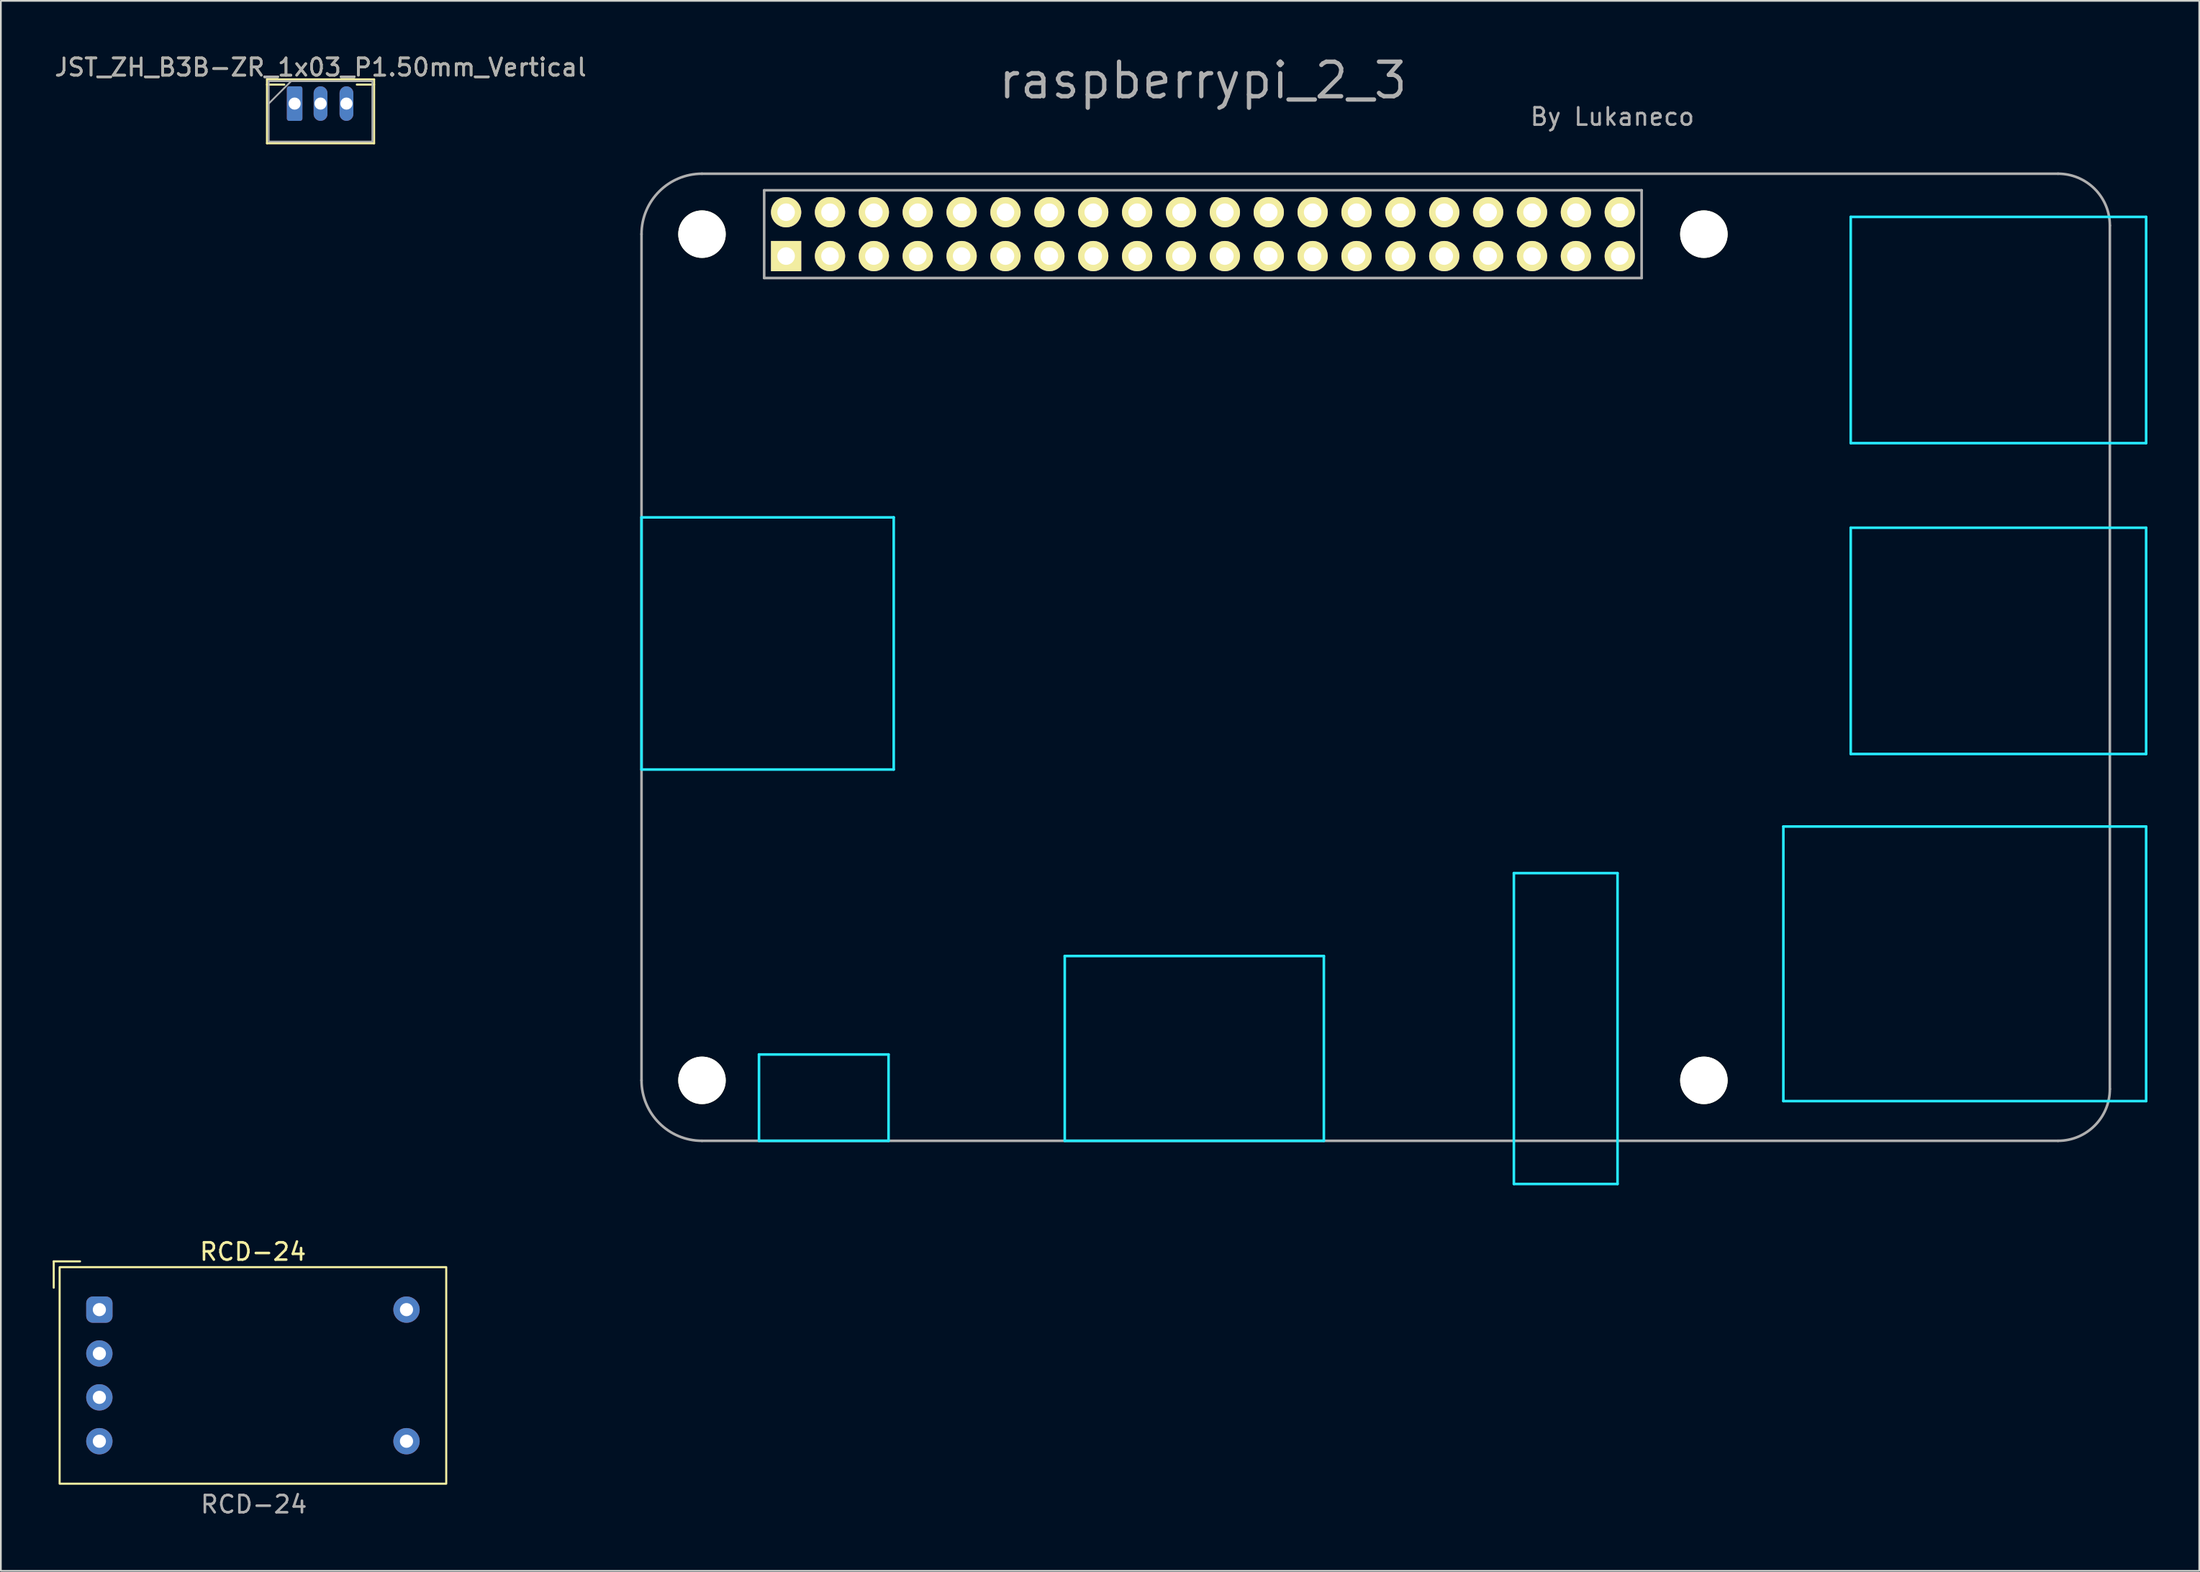
<source format=kicad_pcb>
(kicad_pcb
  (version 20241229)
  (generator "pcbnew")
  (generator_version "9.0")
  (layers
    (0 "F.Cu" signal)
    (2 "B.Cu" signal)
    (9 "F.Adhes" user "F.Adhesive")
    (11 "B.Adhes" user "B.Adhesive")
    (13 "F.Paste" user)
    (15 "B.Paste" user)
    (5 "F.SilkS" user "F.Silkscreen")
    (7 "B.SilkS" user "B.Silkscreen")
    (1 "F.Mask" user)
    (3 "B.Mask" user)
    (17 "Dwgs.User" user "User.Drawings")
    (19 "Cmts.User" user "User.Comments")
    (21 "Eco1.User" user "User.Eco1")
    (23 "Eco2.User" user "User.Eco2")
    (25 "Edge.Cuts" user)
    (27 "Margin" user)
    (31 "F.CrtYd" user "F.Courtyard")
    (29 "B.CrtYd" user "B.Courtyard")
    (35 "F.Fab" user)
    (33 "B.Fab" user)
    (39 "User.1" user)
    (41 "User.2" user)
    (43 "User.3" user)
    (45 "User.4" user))
  (footprint "raspberrypi_2_3"
    (layer "F.Cu")
    (at 66.587 10.509)
    (property "Reference" "raspberrypi_2_3" (at 0 -8.9 0) (layer "F.Fab") (effects (font (size 2 2) (thickness 0.25))))
    (attr through_hole)
    (fp_line (start -32.5 16.4) (end -32.5 31) (stroke (width 0.15) (type solid)) (layer "B.CrtYd"))
    (fp_line (start -25.7 52.5) (end -25.7 47.5) (stroke (width 0.15) (type solid)) (layer "B.CrtYd"))
    (fp_line (start -18.2 47.5) (end -25.7 47.5) (stroke (width 0.15) (type solid)) (layer "B.CrtYd"))
    (fp_line (start -18.2 52.5) (end -25.7 52.5) (stroke (width 0.15) (type solid)) (layer "B.CrtYd"))
    (fp_line (start -18.2 52.5) (end -18.2 47.5) (stroke (width 0.15) (type solid)) (layer "B.CrtYd"))
    (fp_line (start -17.9 16.4) (end -32.5 16.4) (stroke (width 0.15) (type solid)) (layer "B.CrtYd"))
    (fp_line (start -17.9 16.4) (end -17.9 31) (stroke (width 0.15) (type solid)) (layer "B.CrtYd"))
    (fp_line (start -17.9 31) (end -32.5 31) (stroke (width 0.15) (type solid)) (layer "B.CrtYd"))
    (fp_line (start -8 41.8) (end -8 52.5) (stroke (width 0.15) (type solid)) (layer "B.CrtYd"))
    (fp_line (start -8 41.8) (end 7 41.8) (stroke (width 0.15) (type solid)) (layer "B.CrtYd"))
    (fp_line (start 7 52.5) (end -8 52.5) (stroke (width 0.15) (type solid)) (layer "B.CrtYd"))
    (fp_line (start 7 52.5) (end 7 41.8) (stroke (width 0.15) (type solid)) (layer "B.CrtYd"))
    (fp_line (start 18 37) (end 18 55) (stroke (width 0.15) (type solid)) (layer "B.CrtYd"))
    (fp_line (start 18 55) (end 24 55) (stroke (width 0.15) (type solid)) (layer "B.CrtYd"))
    (fp_line (start 24 37) (end 18 37) (stroke (width 0.15) (type solid)) (layer "B.CrtYd"))
    (fp_line (start 24 55) (end 24 37) (stroke (width 0.15) (type solid)) (layer "B.CrtYd"))
    (fp_line (start 33.6 34.3) (end 54.6 34.3) (stroke (width 0.15) (type solid)) (layer "B.CrtYd"))
    (fp_line (start 33.6 50.2) (end 33.6 34.3) (stroke (width 0.15) (type solid)) (layer "B.CrtYd"))
    (fp_line (start 37.5 -1) (end 37.5 12.1) (stroke (width 0.15) (type solid)) (layer "B.CrtYd"))
    (fp_line (start 37.5 -1) (end 54.6 -1) (stroke (width 0.15) (type solid)) (layer "B.CrtYd"))
    (fp_line (start 37.5 17) (end 54.6 17) (stroke (width 0.15) (type solid)) (layer "B.CrtYd"))
    (fp_line (start 37.5 30.1) (end 37.5 17) (stroke (width 0.15) (type solid)) (layer "B.CrtYd"))
    (fp_line (start 54.6 12.1) (end 37.5 12.1) (stroke (width 0.15) (type solid)) (layer "B.CrtYd"))
    (fp_line (start 54.6 12.1) (end 54.6 -1) (stroke (width 0.15) (type solid)) (layer "B.CrtYd"))
    (fp_line (start 54.6 30.1) (end 37.5 30.1) (stroke (width 0.15) (type solid)) (layer "B.CrtYd"))
    (fp_line (start 54.6 30.1) (end 54.6 17) (stroke (width 0.15) (type solid)) (layer "B.CrtYd"))
    (fp_line (start 54.6 50.2) (end 33.6 50.2) (stroke (width 0.15) (type solid)) (layer "B.CrtYd"))
    (fp_line (start 54.6 50.2) (end 54.6 34.3) (stroke (width 0.15) (type solid)) (layer "B.CrtYd"))
    (fp_line (start -32.5 49) (end -32.5 0) (stroke (width 0.15) (type solid)) (layer "F.Fab"))
    (fp_line (start -29 52.5) (end 49.5 52.5) (stroke (width 0.15) (type solid)) (layer "F.Fab"))
    (fp_line (start -25.4 -2.54) (end -25.4 2.54) (stroke (width 0.15) (type solid)) (layer "F.Fab"))
    (fp_line (start -25.4 -2.54) (end 25.4 -2.54) (stroke (width 0.15) (type solid)) (layer "F.Fab"))
    (fp_line (start 25.395 2.54) (end 25.395 -2.54) (stroke (width 0.15) (type solid)) (layer "F.Fab"))
    (fp_line (start 25.4 2.54) (end -25.4 2.54) (stroke (width 0.15) (type solid)) (layer "F.Fab"))
    (fp_line (start 49.5 -3.5) (end -29 -3.5) (stroke (width 0.15) (type solid)) (layer "F.Fab"))
    (fp_line (start 52.5 49.5) (end 52.5 -0.5) (stroke (width 0.15) (type solid)) (layer "F.Fab"))
    (fp_arc (start -32.5 0) (mid -31.474874 -2.474874) (end -29 -3.5) (stroke (width 0.15) (type solid)) (layer "F.Fab"))
    (fp_arc (start -29 52.5) (mid -31.474874 51.474874) (end -32.5 49) (stroke (width 0.15) (type solid)) (layer "F.Fab"))
    (fp_arc (start 49.5 -3.5) (mid 51.62132 -2.62132) (end 52.5 -0.5) (stroke (width 0.15) (type solid)) (layer "F.Fab"))
    (fp_arc (start 52.5 49.5) (mid 51.62132 51.62132) (end 49.5 52.5) (stroke (width 0.15) (type solid)) (layer "F.Fab"))
    (fp_text user "By Lukaneco" (at 23.7 -6.8 0) (layer "F.Fab") (effects (font (size 1 1) (thickness 0.15))))
    (pad "" np_thru_hole circle (at -29 0) (size 2.75 2.75) (drill 2.75) (layers "*.Cu" "*.Mask" "F.SilkS"))
    (pad "" np_thru_hole circle (at -29 49) (size 2.75 2.75) (drill 2.75) (layers "*.Cu" "*.Mask" "F.SilkS"))
    (pad "" np_thru_hole circle (at 29 0) (size 2.75 2.75) (drill 2.75) (layers "*.Cu" "*.Mask" "F.SilkS"))
    (pad "" np_thru_hole circle (at 29 49) (size 2.75 2.75) (drill 2.75) (layers "*.Cu" "*.Mask" "F.SilkS"))
    (pad "1" thru_hole rect (at -24.13 1.27) (size 1.75 1.75) (drill 1.016) (layers "*.Cu" "*.Mask" "F.SilkS"))
    (pad "2" thru_hole circle (at -24.13 -1.27) (size 1.75 1.75) (drill 1.016) (layers "*.Cu" "*.Mask" "F.SilkS"))
    (pad "3" thru_hole circle (at -21.59 1.27) (size 1.75 1.75) (drill 1.016) (layers "*.Cu" "*.Mask" "F.SilkS"))
    (pad "4" thru_hole circle (at -21.59 -1.27) (size 1.75 1.75) (drill 1.016) (layers "*.Cu" "*.Mask" "F.SilkS"))
    (pad "5" thru_hole circle (at -19.05 1.27) (size 1.75 1.75) (drill 1.016) (layers "*.Cu" "*.Mask" "F.SilkS"))
    (pad "6" thru_hole circle (at -19.05 -1.27) (size 1.75 1.75) (drill 1.016) (layers "*.Cu" "*.Mask" "F.SilkS"))
    (pad "7" thru_hole circle (at -16.51 1.27) (size 1.75 1.75) (drill 1.016) (layers "*.Cu" "*.Mask" "F.SilkS"))
    (pad "8" thru_hole circle (at -16.51 -1.27) (size 1.75 1.75) (drill 1.016) (layers "*.Cu" "*.Mask" "F.SilkS"))
    (pad "9" thru_hole circle (at -13.97 1.27) (size 1.75 1.75) (drill 1.016) (layers "*.Cu" "*.Mask" "F.SilkS"))
    (pad "10" thru_hole circle (at -13.97 -1.27) (size 1.75 1.75) (drill 1.016) (layers "*.Cu" "*.Mask" "F.SilkS"))
    (pad "11" thru_hole circle (at -11.43 1.27) (size 1.75 1.75) (drill 1.016) (layers "*.Cu" "*.Mask" "F.SilkS"))
    (pad "12" thru_hole circle (at -11.43 -1.27) (size 1.75 1.75) (drill 1.016) (layers "*.Cu" "*.Mask" "F.SilkS"))
    (pad "13" thru_hole circle (at -8.89 1.27) (size 1.75 1.75) (drill 1.016) (layers "*.Cu" "*.Mask" "F.SilkS"))
    (pad "14" thru_hole circle (at -8.89 -1.27) (size 1.75 1.75) (drill 1.016) (layers "*.Cu" "*.Mask" "F.SilkS"))
    (pad "15" thru_hole circle (at -6.35 1.27) (size 1.75 1.75) (drill 1.016) (layers "*.Cu" "*.Mask" "F.SilkS"))
    (pad "16" thru_hole circle (at -6.35 -1.27) (size 1.75 1.75) (drill 1.016) (layers "*.Cu" "*.Mask" "F.SilkS"))
    (pad "17" thru_hole circle (at -3.81 1.27) (size 1.75 1.75) (drill 1.016) (layers "*.Cu" "*.Mask" "F.SilkS"))
    (pad "18" thru_hole circle (at -3.81 -1.27) (size 1.75 1.75) (drill 1.016) (layers "*.Cu" "*.Mask" "F.SilkS"))
    (pad "19" thru_hole circle (at -1.27 1.27) (size 1.75 1.75) (drill 1.016) (layers "*.Cu" "*.Mask" "F.SilkS"))
    (pad "20" thru_hole circle (at -1.27 -1.27) (size 1.75 1.75) (drill 1.016) (layers "*.Cu" "*.Mask" "F.SilkS"))
    (pad "21" thru_hole circle (at 1.27 1.27) (size 1.75 1.75) (drill 1.016) (layers "*.Cu" "*.Mask" "F.SilkS"))
    (pad "22" thru_hole circle (at 1.27 -1.27) (size 1.75 1.75) (drill 1.016) (layers "*.Cu" "*.Mask" "F.SilkS"))
    (pad "23" thru_hole circle (at 3.81 1.27) (size 1.75 1.75) (drill 1.016) (layers "*.Cu" "*.Mask" "F.SilkS"))
    (pad "24" thru_hole circle (at 3.81 -1.27) (size 1.75 1.75) (drill 1.016) (layers "*.Cu" "*.Mask" "F.SilkS"))
    (pad "25" thru_hole circle (at 6.35 1.27) (size 1.75 1.75) (drill 1.016) (layers "*.Cu" "*.Mask" "F.SilkS"))
    (pad "26" thru_hole circle (at 6.35 -1.27) (size 1.75 1.75) (drill 1.016) (layers "*.Cu" "*.Mask" "F.SilkS"))
    (pad "27" thru_hole circle (at 8.89 1.27) (size 1.75 1.75) (drill 1.016) (layers "*.Cu" "*.Mask" "F.SilkS"))
    (pad "28" thru_hole circle (at 8.89 -1.27) (size 1.75 1.75) (drill 1.016) (layers "*.Cu" "*.Mask" "F.SilkS"))
    (pad "29" thru_hole circle (at 11.43 1.27) (size 1.75 1.75) (drill 1.016) (layers "*.Cu" "*.Mask" "F.SilkS"))
    (pad "30" thru_hole circle (at 11.43 -1.27) (size 1.75 1.75) (drill 1.016) (layers "*.Cu" "*.Mask" "F.SilkS"))
    (pad "31" thru_hole circle (at 13.97 1.27) (size 1.75 1.75) (drill 1.016) (layers "*.Cu" "*.Mask" "F.SilkS"))
    (pad "32" thru_hole circle (at 13.97 -1.27) (size 1.75 1.75) (drill 1.016) (layers "*.Cu" "*.Mask" "F.SilkS"))
    (pad "33" thru_hole circle (at 16.51 1.27) (size 1.75 1.75) (drill 1.016) (layers "*.Cu" "*.Mask" "F.SilkS"))
    (pad "34" thru_hole circle (at 16.51 -1.27) (size 1.75 1.75) (drill 1.016) (layers "*.Cu" "*.Mask" "F.SilkS"))
    (pad "35" thru_hole circle (at 19.05 1.27) (size 1.75 1.75) (drill 1.016) (layers "*.Cu" "*.Mask" "F.SilkS"))
    (pad "36" thru_hole circle (at 19.05 -1.27) (size 1.75 1.75) (drill 1.016) (layers "*.Cu" "*.Mask" "F.SilkS"))
    (pad "37" thru_hole circle (at 21.59 1.27) (size 1.75 1.75) (drill 1.016) (layers "*.Cu" "*.Mask" "F.SilkS"))
    (pad "38" thru_hole circle (at 21.59 -1.27) (size 1.75 1.75) (drill 1.016) (layers "*.Cu" "*.Mask" "F.SilkS"))
    (pad "39" thru_hole circle (at 24.13 1.27) (size 1.75 1.75) (drill 1.016) (layers "*.Cu" "*.Mask" "F.SilkS"))
    (pad "40" thru_hole circle (at 24.13 -1.27) (size 1.75 1.75) (drill 1.016) (layers "*.Cu" "*.Mask" "F.SilkS")))
  (footprint "JST_ZH_B3B-ZR_1x03_P1.50mm_Vertical"
    (layer "F.Cu")
    (at 14.006 2.948)
    (property "Reference" "JST_ZH_B3B-ZR_1x03_P1.50mm_Vertical" (at 1.5 -2.1 0) (layer "F.SilkS") (effects (font (size 1 1) (thickness 0.15))))
    (attr through_hole)
    (fp_line (start -1.6 -1.4) (end -1.6 2.3) (stroke (width 0.12) (type solid)) (layer "F.SilkS"))
    (fp_line (start -1.6 2.3) (end 4.6 2.3) (stroke (width 0.12) (type solid)) (layer "F.SilkS"))
    (fp_line (start -0.6 -1.1) (end -1.6 -1.1) (stroke (width 0.12) (type solid)) (layer "F.SilkS"))
    (fp_line (start 4.6 -1.4) (end -1.6 -1.4) (stroke (width 0.12) (type solid)) (layer "F.SilkS"))
    (fp_line (start 4.6 -1.1) (end 3.6 -1.1) (stroke (width 0.12) (type solid)) (layer "F.SilkS"))
    (fp_line (start 4.6 2.3) (end 4.6 -1.4) (stroke (width 0.12) (type solid)) (layer "F.SilkS"))
    (fp_line (start -1.5 -1.3) (end -1.5 2.2) (stroke (width 0.1) (type solid)) (layer "F.Fab"))
    (fp_line (start -1.5 0) (end -0.2 -1.3) (stroke (width 0.1) (type solid)) (layer "F.Fab"))
    (fp_line (start -1.5 2.2) (end 4.5 2.2) (stroke (width 0.1) (type solid)) (layer "F.Fab"))
    (fp_line (start 4.5 -1.3) (end -1.5 -1.3) (stroke (width 0.1) (type solid)) (layer "F.Fab"))
    (fp_line (start 4.5 2.2) (end 4.5 -1.3) (stroke (width 0.1) (type solid)) (layer "F.Fab"))
    (fp_text user "${REFERENCE}" (at 1.5 -2.1 0) (layer "F.Fab") (effects (font (size 1 1) (thickness 0.15))))
    (pad "1" thru_hole roundrect (at 0 0) (size 0.9 2) (drill 0.7) (layers "*.Cu" "*.Mask") (roundrect_rratio 0.147))
    (pad "2" thru_hole oval (at 1.5 0) (size 0.8 2) (drill 0.7) (layers "*.Cu" "*.Mask"))
    (pad "3" thru_hole oval (at 3 0) (size 0.8 2) (drill 0.7) (layers "*.Cu" "*.Mask")))
  (footprint "RCD-24"
    (layer "F.Cu")
    (at 11.592 76.595)
    (property "Reference" "RCD-24" (at 0 -7.163 0) (unlocked yes) (layer "F.SilkS") (effects (font (size 1 1) (thickness 0.15))))
    (attr through_hole)
    (fp_rect (start -11.532 -6.604) (end -11.532 -5.08) (stroke (width 0.12) (type solid)) (fill no) (layer "F.SilkS"))
    (fp_rect (start -11.19 -6.27) (end 11.19 6.27) (stroke (width 0.12) (type solid)) (fill no) (layer "F.SilkS"))
    (fp_rect (start -10.008 -6.604) (end -11.532 -6.604) (stroke (width 0.12) (type solid)) (fill no) (layer "F.SilkS"))
    (fp_text user "${REFERENCE}" (at 0.051 7.468 0) (unlocked yes) (layer "F.Fab") (effects (font (size 1 1) (thickness 0.15))))
    (pad "1" thru_hole roundrect (at -8.89 -3.81) (size 1.524 1.524) (drill 0.762) (layers "*.Cu" "*.Mask") (roundrect_rratio 0.25))
    (pad "2" thru_hole circle (at -8.89 1.27) (size 1.524 1.524) (drill 0.762) (layers "*.Cu" "*.Mask"))
    (pad "3" thru_hole circle (at -8.89 -1.27) (size 1.524 1.524) (drill 0.762) (layers "*.Cu" "*.Mask"))
    (pad "4" thru_hole circle (at -8.89 3.81) (size 1.524 1.524) (drill 0.762) (layers "*.Cu" "*.Mask"))
    (pad "5" thru_hole circle (at 8.89 3.81) (size 1.524 1.524) (drill 0.762) (layers "*.Cu" "*.Mask"))
    (pad "6" thru_hole circle (at 8.89 -3.81) (size 1.524 1.524) (drill 0.762) (layers "*.Cu" "*.Mask")))
  (gr_rect
    (start -3 -3)
    (end 124.262 87.911)
    (stroke (width 0.1) (type default))
    (fill no)
    (layer "Edge.Cuts")))
</source>
